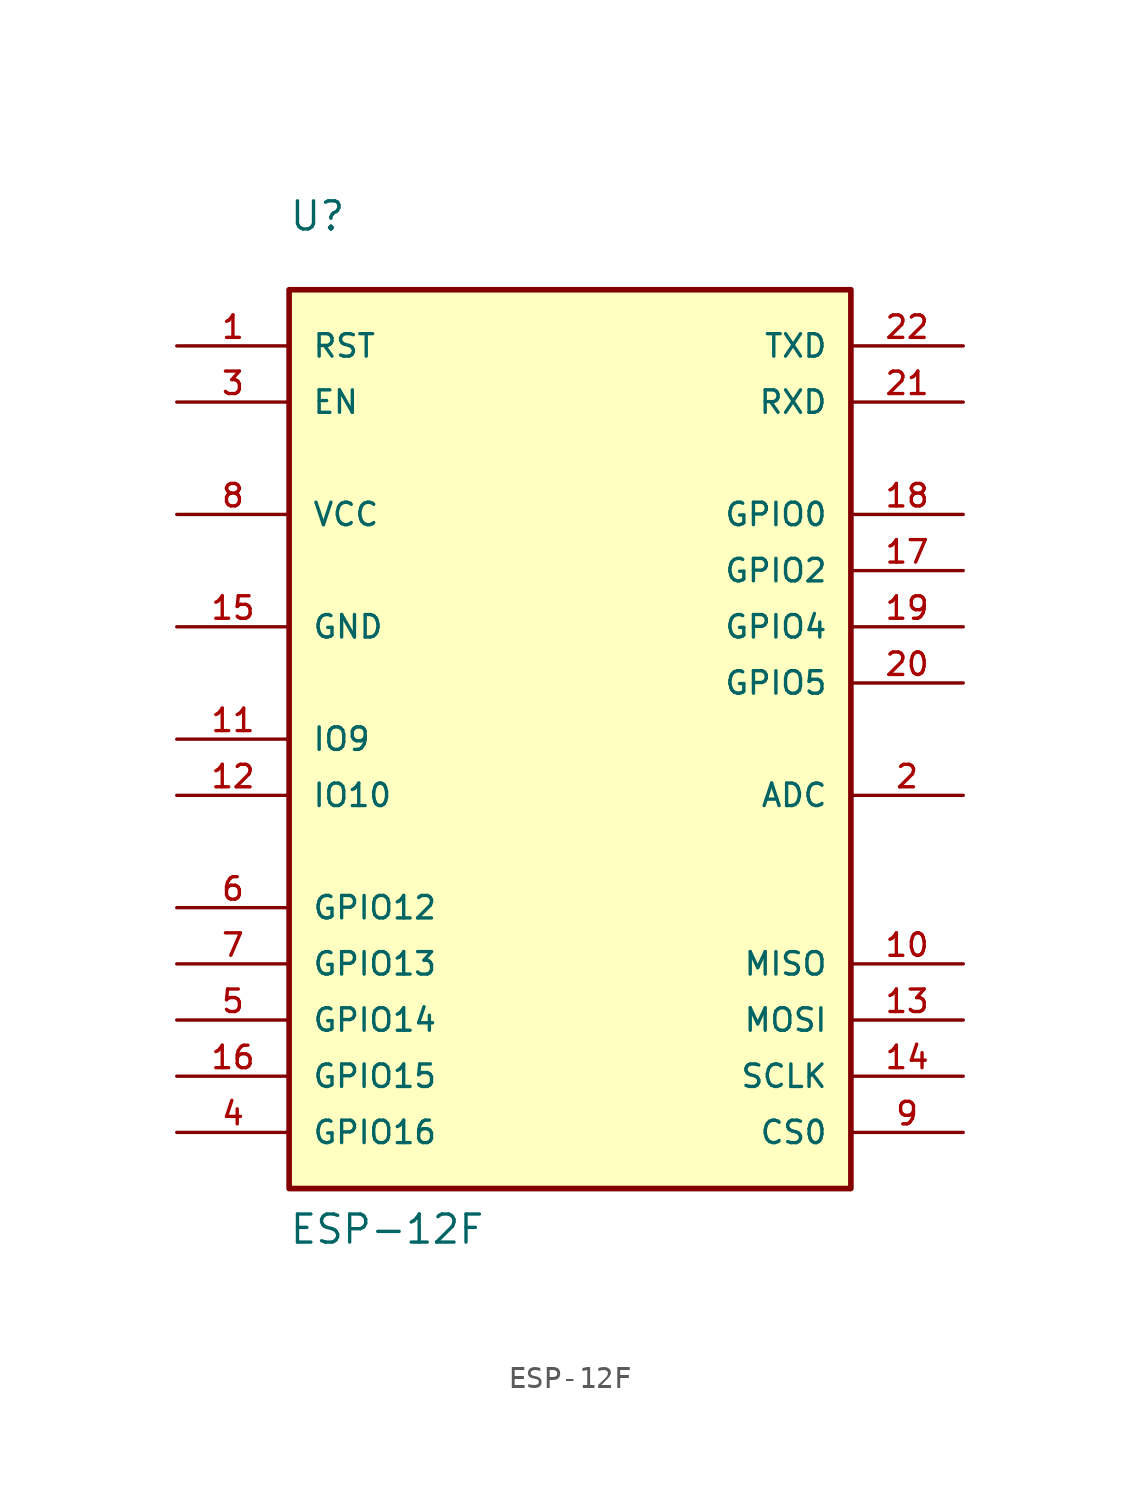
<source format=kicad_sym>
(kicad_symbol_lib
  (version 20211014)
  (generator kicad_symbol_editor)
  (symbol "ESP-12F"
    (pin_names
      (offset 1.016))
    (property "Reference" "U"
      (at -12.725 22.906 0)
      (effects (font (size 1.27 1.27)) (justify bottom left)))
    (property "Value" "ESP-12F"
      (at -12.724 -22.903 0)
      (effects (font (size 1.27 1.27)) (justify bottom left)))
    (symbol "ESP-12F_0_0"
      (rectangle (start -12.7 -20.32) (end 12.7 20.32) (stroke (width 0.254)) (fill (type background)))
      (pin bidirectional line (at -17.78 17.78 0) (length 5.08) (name "RST" (effects (font (size 1.016 1.016)))) (number "1" (effects (font (size 1.016 1.016)))))
      (pin bidirectional line (at 17.78 -2.54 180.0) (length 5.08) (name "ADC" (effects (font (size 1.016 1.016)))) (number "2" (effects (font (size 1.016 1.016)))))
      (pin bidirectional line (at -17.78 15.24 0) (length 5.08) (name "EN" (effects (font (size 1.016 1.016)))) (number "3" (effects (font (size 1.016 1.016)))))
      (pin bidirectional line (at -17.78 -17.78 0) (length 5.08) (name "GPIO16" (effects (font (size 1.016 1.016)))) (number "4" (effects (font (size 1.016 1.016)))))
      (pin bidirectional line (at -17.78 -12.7 0) (length 5.08) (name "GPIO14" (effects (font (size 1.016 1.016)))) (number "5" (effects (font (size 1.016 1.016)))))
      (pin bidirectional line (at -17.78 -7.62 0) (length 5.08) (name "GPIO12" (effects (font (size 1.016 1.016)))) (number "6" (effects (font (size 1.016 1.016)))))
      (pin bidirectional line (at -17.78 -10.16 0) (length 5.08) (name "GPIO13" (effects (font (size 1.016 1.016)))) (number "7" (effects (font (size 1.016 1.016)))))
      (pin bidirectional line (at -17.78 10.16 0) (length 5.08) (name "VCC" (effects (font (size 1.016 1.016)))) (number "8" (effects (font (size 1.016 1.016)))))
      (pin bidirectional line (at 17.78 -17.78 180.0) (length 5.08) (name "CS0" (effects (font (size 1.016 1.016)))) (number "9" (effects (font (size 1.016 1.016)))))
      (pin bidirectional line (at 17.78 -10.16 180.0) (length 5.08) (name "MISO" (effects (font (size 1.016 1.016)))) (number "10" (effects (font (size 1.016 1.016)))))
      (pin bidirectional line (at -17.78 0.0 0) (length 5.08) (name "IO9" (effects (font (size 1.016 1.016)))) (number "11" (effects (font (size 1.016 1.016)))))
      (pin bidirectional line (at -17.78 -2.54 0) (length 5.08) (name "IO10" (effects (font (size 1.016 1.016)))) (number "12" (effects (font (size 1.016 1.016)))))
      (pin bidirectional line (at 17.78 -12.7 180.0) (length 5.08) (name "MOSI" (effects (font (size 1.016 1.016)))) (number "13" (effects (font (size 1.016 1.016)))))
      (pin bidirectional line (at 17.78 -15.24 180.0) (length 5.08) (name "SCLK" (effects (font (size 1.016 1.016)))) (number "14" (effects (font (size 1.016 1.016)))))
      (pin bidirectional line (at -17.78 5.08 0) (length 5.08) (name "GND" (effects (font (size 1.016 1.016)))) (number "15" (effects (font (size 1.016 1.016)))))
      (pin bidirectional line (at -17.78 -15.24 0) (length 5.08) (name "GPIO15" (effects (font (size 1.016 1.016)))) (number "16" (effects (font (size 1.016 1.016)))))
      (pin bidirectional line (at 17.78 7.62 180.0) (length 5.08) (name "GPIO2" (effects (font (size 1.016 1.016)))) (number "17" (effects (font (size 1.016 1.016)))))
      (pin bidirectional line (at 17.78 10.16 180.0) (length 5.08) (name "GPIO0" (effects (font (size 1.016 1.016)))) (number "18" (effects (font (size 1.016 1.016)))))
      (pin bidirectional line (at 17.78 5.08 180.0) (length 5.08) (name "GPIO4" (effects (font (size 1.016 1.016)))) (number "19" (effects (font (size 1.016 1.016)))))
      (pin bidirectional line (at 17.78 2.54 180.0) (length 5.08) (name "GPIO5" (effects (font (size 1.016 1.016)))) (number "20" (effects (font (size 1.016 1.016)))))
      (pin bidirectional line (at 17.78 15.24 180.0) (length 5.08) (name "RXD" (effects (font (size 1.016 1.016)))) (number "21" (effects (font (size 1.016 1.016)))))
      (pin bidirectional line (at 17.78 17.78 180.0) (length 5.08) (name "TXD" (effects (font (size 1.016 1.016)))) (number "22" (effects (font (size 1.016 1.016))))))))
</source>
